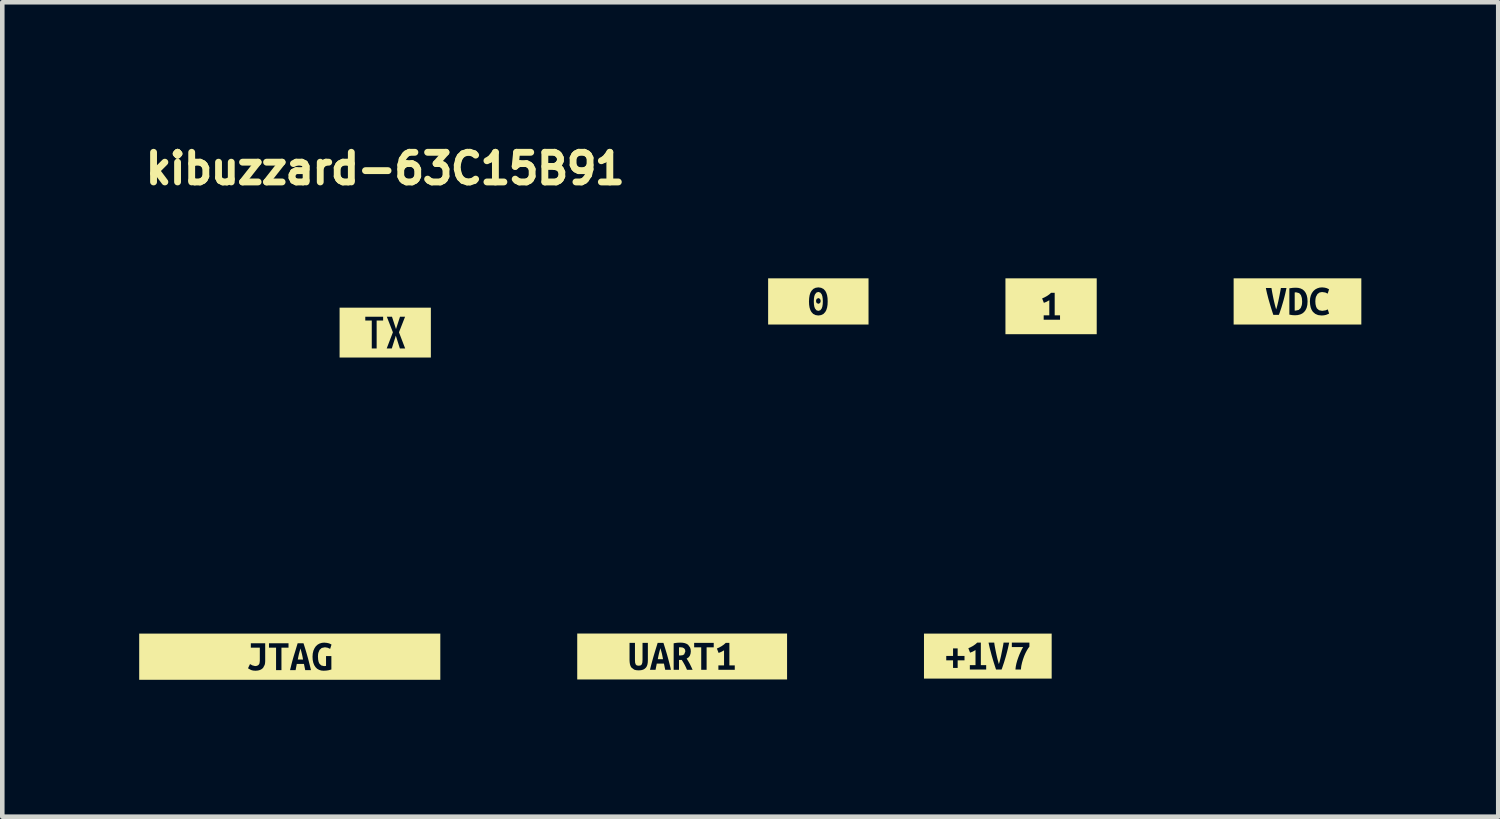
<source format=kicad_pcb>
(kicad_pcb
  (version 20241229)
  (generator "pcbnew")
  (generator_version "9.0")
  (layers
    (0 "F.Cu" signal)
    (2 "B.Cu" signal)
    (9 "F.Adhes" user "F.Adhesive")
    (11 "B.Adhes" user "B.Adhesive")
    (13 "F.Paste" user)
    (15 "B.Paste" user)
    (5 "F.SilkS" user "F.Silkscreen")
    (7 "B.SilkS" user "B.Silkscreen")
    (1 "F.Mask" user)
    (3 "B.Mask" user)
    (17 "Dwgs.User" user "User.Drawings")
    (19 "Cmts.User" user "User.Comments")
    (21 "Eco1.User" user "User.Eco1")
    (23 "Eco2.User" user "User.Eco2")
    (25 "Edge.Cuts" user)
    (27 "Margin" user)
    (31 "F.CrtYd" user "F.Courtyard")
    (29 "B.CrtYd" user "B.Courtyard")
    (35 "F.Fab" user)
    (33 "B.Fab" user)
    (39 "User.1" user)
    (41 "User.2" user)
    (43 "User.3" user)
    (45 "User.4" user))
  (footprint "kibuzzard-65969B7C"
    (layer "F.Cu")
    (at 11.897 11.335)
    (property "Reference" "kibuzzard-65969B7C" (at 0 -3.551 0) (layer "F.SilkS") (effects (font (size 0.001 0.001) (thickness 0.15))))
    (attr board_only exclude_from_pos_files exclude_from_bom)
    (fp_poly (pts (xy -0.476 -0.183) (xy -0.494 -0.12) (xy -0.509 -0.061) (xy -0.522 -0.002) (xy -0.534 0.059) (xy -0.419 0.059) (xy -0.431 -0.002) (xy -0.443 -0.061) (xy -0.459 -0.12) (xy -0.476 -0.183)) (stroke (width 0) (type solid)) (fill yes) (layer "F.SilkS"))
    (fp_poly (pts (xy 0.07 -0.112) (xy 0.063 -0.152) (xy 0.042 -0.18) (xy 0.009 -0.197) (xy -0.033 -0.202) (xy -0.05 -0.202) (xy -0.069 -0.2) (xy -0.069 -0.022) (xy -0.043 -0.022) (xy 0.009 -0.028) (xy 0.044 -0.046) (xy 0.07 -0.112)) (stroke (width 0) (type solid)) (fill yes) (layer "F.SilkS"))
    (fp_poly (pts (xy -2.101 -0.503) (xy -2.299 -0.503) (xy -2.299 0.503) (xy -2.101 0.503) (xy -0.953 0.503) (xy -0.953 0.304) (xy -1.006 0.3) (xy -1.049 0.289) (xy -1.111 0.243) (xy -1.13 0.211) (xy -1.143 0.172) (xy -1.15 0.128) (xy -1.153 0.079) (xy -1.153 -0.298) (xy -1.034 -0.298) (xy -1.034 0.071) (xy -1.031 0.133) (xy -1.018 0.174) (xy -0.993 0.196) (xy -0.952 0.202) (xy -0.911 0.196) (xy -0.885 0.173) (xy -0.872 0.132) (xy -0.868 0.07) (xy -0.868 -0.298) (xy -0.751 -0.298) (xy -0.751 0.079) (xy -0.753 0.128) (xy -0.76 0.172) (xy -0.773 0.211) (xy -0.793 0.243) (xy -0.821 0.269) (xy -0.856 0.289) (xy -0.9 0.3) (xy -0.953 0.304) (xy -0.953 0.503) (xy -0.371 0.503) (xy -0.371 0.292) (xy -0.399 0.156) (xy -0.556 0.156) (xy -0.583 0.292) (xy -0.705 0.292) (xy -0.688 0.223) (xy -0.671 0.157) (xy -0.654 0.094) (xy -0.637 0.033) (xy -0.62 -0.026) (xy -0.599 -0.096) (xy -0.578 -0.165) (xy -0.557 -0.232) (xy -0.537 -0.298) (xy -0.41 -0.298) (xy -0.389 -0.232) (xy -0.368 -0.164) (xy -0.347 -0.095) (xy -0.326 -0.023) (xy -0.31 0.036) (xy -0.293 0.097) (xy -0.277 0.16) (xy -0.261 0.225) (xy -0.246 0.292) (xy -0.371 0.292) (xy -0.371 0.503) (xy 0.229 0.503) (xy 0.229 0.292) (xy 0.106 0.292) (xy 0.082 0.236) (xy 0.055 0.182) (xy 0.025 0.129) (xy -0.008 0.075) (xy -0.069 0.075) (xy -0.069 0.292) (xy -0.186 0.292) (xy -0.186 -0.289) (xy -0.148 -0.296) (xy -0.107 -0.301) (xy -0.067 -0.303) (xy -0.033 -0.304) (xy 0.015 -0.301) (xy 0.058 -0.293) (xy 0.096 -0.278) (xy 0.129 -0.258) (xy 0.174 -0.197) (xy 0.186 -0.157) (xy 0.19 -0.111) (xy 0.184 -0.062) (xy 0.169 -0.018) (xy 0.141 0.019) (xy 0.099 0.046) (xy 0.133 0.101) (xy 0.169 0.164) (xy 0.201 0.23) (xy 0.229 0.292) (xy 0.229 0.503) (xy 0.536 0.503) (xy 0.536 0.292) (xy 0.418 0.292) (xy 0.418 -0.201) (xy 0.263 -0.201) (xy 0.263 -0.298) (xy 0.692 -0.298) (xy 0.692 -0.201) (xy 0.536 -0.201) (xy 0.536 0.292) (xy 0.536 0.503) (xy 1.153 0.503) (xy 1.153 0.292) (xy 0.794 0.292) (xy 0.794 0.195) (xy 0.918 0.195) (xy 0.918 -0.135) (xy 0.857 -0.101) (xy 0.799 -0.078) (xy 0.761 -0.175) (xy 0.811 -0.197) (xy 0.864 -0.226) (xy 0.914 -0.261) (xy 0.955 -0.298) (xy 1.035 -0.298) (xy 1.035 0.195) (xy 1.153 0.195) (xy 1.153 0.292) (xy 1.153 0.503) (xy 2.101 0.503) (xy 2.299 0.503) (xy 2.299 -0.503) (xy 2.101 -0.503) (xy -2.101 -0.503)) (stroke (width 0) (type solid)) (fill yes) (layer "F.SilkS")))
  (footprint "kibuzzard-659801FD"
    (layer "F.Cu")
    (at 18.595 11.326)
    (property "Reference" "kibuzzard-659801FD" (at 0 -3.541 0) (layer "F.SilkS") (effects (font (size 0.001 0.001) (thickness 0.15))))
    (attr board_only exclude_from_pos_files exclude_from_bom)
    (fp_poly (pts (xy -1.201 -0.493) (xy -1.399 -0.493) (xy -1.399 0.493) (xy -1.201 0.493) (xy -0.661 0.493) (xy -0.661 0.259) (xy -0.762 0.259) (xy -0.762 0.093) (xy -0.911 0.093) (xy -0.911 -0.003) (xy -0.762 -0.003) (xy -0.762 -0.169) (xy -0.661 -0.169) (xy -0.661 -0.003) (xy -0.511 -0.003) (xy -0.511 0.093) (xy -0.661 0.093) (xy -0.661 0.259) (xy -0.661 0.493) (xy -0.036 0.493) (xy -0.036 0.295) (xy -0.394 0.295) (xy -0.394 0.198) (xy -0.27 0.198) (xy -0.27 -0.132) (xy -0.331 -0.098) (xy -0.389 -0.075) (xy -0.427 -0.172) (xy -0.378 -0.194) (xy -0.324 -0.223) (xy -0.274 -0.258) (xy -0.233 -0.295) (xy -0.153 -0.295) (xy -0.153 0.198) (xy -0.036 0.198) (xy -0.036 0.295) (xy -0.036 0.493) (xy 0.18 0.493) (xy 0.18 0.295) (xy 0.157 0.225) (xy 0.132 0.146) (xy 0.115 0.091) (xy 0.099 0.036) (xy 0.083 -0.019) (xy 0.069 -0.073) (xy 0.055 -0.125) (xy 0.042 -0.175) (xy 0.027 -0.241) (xy 0.016 -0.295) (xy 0.14 -0.295) (xy 0.147 -0.245) (xy 0.157 -0.189) (xy 0.169 -0.127) (xy 0.182 -0.064) (xy 0.196 0) (xy 0.211 0.063) (xy 0.227 0.122) (xy 0.242 0.175) (xy 0.258 0.123) (xy 0.273 0.064) (xy 0.288 0.001) (xy 0.301 -0.063) (xy 0.314 -0.126) (xy 0.326 -0.188) (xy 0.337 -0.245) (xy 0.345 -0.295) (xy 0.468 -0.295) (xy 0.455 -0.234) (xy 0.44 -0.167) (xy 0.422 -0.095) (xy 0.402 -0.019) (xy 0.387 0.033) (xy 0.371 0.086) (xy 0.355 0.139) (xy 0.337 0.192) (xy 0.32 0.244) (xy 0.301 0.295) (xy 0.18 0.295) (xy 0.18 0.493) (xy 0.605 0.493) (xy 0.605 0.295) (xy 0.612 0.232) (xy 0.625 0.166) (xy 0.644 0.098) (xy 0.667 0.031) (xy 0.692 -0.034) (xy 0.72 -0.095) (xy 0.747 -0.151) (xy 0.774 -0.198) (xy 0.526 -0.198) (xy 0.526 -0.295) (xy 0.911 -0.295) (xy 0.911 -0.206) (xy 0.884 -0.171) (xy 0.855 -0.123) (xy 0.825 -0.066) (xy 0.797 -0.002) (xy 0.772 0.068) (xy 0.75 0.142) (xy 0.733 0.218) (xy 0.724 0.295) (xy 0.605 0.295) (xy 0.605 0.493) (xy 1.201 0.493) (xy 1.399 0.493) (xy 1.399 -0.493) (xy 1.201 -0.493) (xy -1.201 -0.493)) (stroke (width 0) (type solid)) (fill yes) (layer "F.SilkS")))
  (footprint "kibuzzard-6596C167"
    (layer "F.Cu")
    (at 3.299 11.339)
    (property "Reference" "kibuzzard-6596C167" (at 0 -3.554 0) (layer "F.SilkS") (effects (font (size 0.001 0.001) (thickness 0.15))))
    (attr board_only exclude_from_pos_files exclude_from_bom)
    (fp_poly (pts (xy 0.234 -0.18) (xy 0.217 -0.117) (xy 0.201 -0.058) (xy 0.188 0.001) (xy 0.176 0.062) (xy 0.291 0.062) (xy 0.28 0.001) (xy 0.267 -0.058) (xy 0.252 -0.117) (xy 0.234 -0.18)) (stroke (width 0) (type solid)) (fill yes) (layer "F.SilkS"))
    (fp_poly (pts (xy -3.1 -0.506) (xy -3.299 -0.506) (xy -3.299 0.506) (xy -3.1 0.506) (xy -0.748 0.506) (xy -0.748 0.308) (xy -0.803 0.304) (xy -0.848 0.292) (xy -0.915 0.255) (xy -0.871 0.162) (xy -0.818 0.191) (xy -0.758 0.206) (xy -0.717 0.2) (xy -0.684 0.181) (xy -0.663 0.147) (xy -0.656 0.091) (xy -0.656 -0.197) (xy -0.853 -0.197) (xy -0.853 -0.294) (xy -0.538 -0.294) (xy -0.538 0.098) (xy -0.541 0.14) (xy -0.549 0.179) (xy -0.585 0.246) (xy -0.614 0.271) (xy -0.651 0.291) (xy -0.695 0.303) (xy -0.748 0.308) (xy -0.748 0.506) (xy -0.182 0.506) (xy -0.182 0.295) (xy -0.3 0.295) (xy -0.3 -0.197) (xy -0.455 -0.197) (xy -0.455 -0.294) (xy -0.027 -0.294) (xy -0.027 -0.197) (xy -0.182 -0.197) (xy -0.182 0.295) (xy -0.182 0.506) (xy 0.339 0.506) (xy 0.339 0.295) (xy 0.311 0.159) (xy 0.154 0.159) (xy 0.128 0.295) (xy 0.006 0.295) (xy 0.023 0.227) (xy 0.039 0.161) (xy 0.056 0.097) (xy 0.073 0.036) (xy 0.09 -0.022) (xy 0.112 -0.093) (xy 0.133 -0.162) (xy 0.153 -0.229) (xy 0.173 -0.294) (xy 0.301 -0.294) (xy 0.322 -0.229) (xy 0.343 -0.161) (xy 0.364 -0.091) (xy 0.384 -0.02) (xy 0.401 0.04) (xy 0.417 0.101) (xy 0.433 0.164) (xy 0.449 0.228) (xy 0.465 0.295) (xy 0.339 0.295) (xy 0.339 0.506) (xy 0.74 0.506) (xy 0.74 0.308) (xy 0.688 0.303) (xy 0.641 0.288) (xy 0.599 0.264) (xy 0.565 0.23) (xy 0.537 0.187) (xy 0.516 0.134) (xy 0.503 0.072) (xy 0.499 0) (xy 0.504 -0.071) (xy 0.519 -0.133) (xy 0.543 -0.186) (xy 0.573 -0.23) (xy 0.611 -0.264) (xy 0.654 -0.288) (xy 0.703 -0.303) (xy 0.754 -0.308) (xy 0.816 -0.302) (xy 0.863 -0.291) (xy 0.896 -0.276) (xy 0.915 -0.265) (xy 0.885 -0.171) (xy 0.833 -0.195) (xy 0.771 -0.206) (xy 0.7 -0.191) (xy 0.653 -0.148) (xy 0.626 -0.083) (xy 0.62 -0.044) (xy 0.618 0) (xy 0.622 0.064) (xy 0.633 0.116) (xy 0.652 0.156) (xy 0.693 0.193) (xy 0.75 0.206) (xy 0.772 0.205) (xy 0.795 0.202) (xy 0.795 -0.013) (xy 0.912 -0.013) (xy 0.912 0.281) (xy 0.847 0.298) (xy 0.798 0.305) (xy 0.74 0.308) (xy 0.74 0.506) (xy 3.1 0.506) (xy 3.299 0.506) (xy 3.299 -0.506) (xy 3.1 -0.506) (xy -3.1 -0.506)) (stroke (width 0) (type solid)) (fill yes) (layer "F.SilkS")))
  (footprint "kibuzzard-65A8FFD2"
    (layer "F.Cu")
    (at 14.881 3.555)
    (property "Reference" "kibuzzard-65A8FFD2" (at 0 -3.554 0) (layer "F.SilkS") (effects (font (size 0.001 0.001) (thickness 0.15))))
    (attr board_only exclude_from_pos_files exclude_from_bom)
    (fp_poly (pts (xy 0.099 -0.001) (xy 0.096 -0.063) (xy 0.088 -0.114) (xy 0.074 -0.155) (xy 0.043 -0.194) (xy 0 -0.208) (xy -0.042 -0.194) (xy -0.073 -0.155) (xy -0.088 -0.114) (xy -0.096 -0.063) (xy -0.099 -0.001) (xy -0.096 0.062) (xy -0.088 0.113) (xy -0.073 0.154) (xy -0.042 0.193) (xy 0 0.207) (xy 0.001 0.206) (xy 0.001 0.052) (xy -0.038 0.034) (xy -0.052 -0.01) (xy -0.038 -0.055) (xy 0.001 -0.074) (xy 0.039 -0.055) (xy 0.053 -0.01) (xy 0.039 0.034) (xy 0.001 0.052) (xy 0.001 0.206) (xy 0.043 0.193) (xy 0.074 0.154) (xy 0.088 0.113) (xy 0.096 0.062) (xy 0.099 -0.001)) (stroke (width 0) (type solid)) (fill yes) (layer "F.SilkS"))
    (fp_poly (pts (xy -0.703 -0.506) (xy -1.1 -0.506) (xy -1.1 0.506) (xy -0.703 0.506) (xy 0 0.506) (xy 0 0.308) (xy -0.061 0.299) (xy -0.112 0.274) (xy -0.152 0.231) (xy -0.175 0.188) (xy -0.192 0.135) (xy -0.202 0.072) (xy -0.205 -0.001) (xy -0.201 -0.073) (xy -0.191 -0.136) (xy -0.175 -0.188) (xy -0.151 -0.231) (xy -0.111 -0.274) (xy -0.06 -0.299) (xy 0 -0.308) (xy 0.061 -0.299) (xy 0.112 -0.274) (xy 0.152 -0.232) (xy 0.175 -0.189) (xy 0.192 -0.136) (xy 0.202 -0.074) (xy 0.205 -0.001) (xy 0.202 0.072) (xy 0.192 0.135) (xy 0.175 0.188) (xy 0.152 0.231) (xy 0.112 0.274) (xy 0.061 0.299) (xy 0 0.308) (xy 0 0.506) (xy 0.703 0.506) (xy 1.1 0.506) (xy 1.1 -0.506) (xy 0.703 -0.506) (xy -0.703 -0.506)) (stroke (width 0) (type solid)) (fill yes) (layer "F.SilkS")))
  (footprint "kibuzzard-659C009C"
    (layer "F.Cu")
    (at 19.981 3.661)
    (property "Reference" "kibuzzard-659C009C" (at 0 -3.66 0) (layer "F.SilkS") (effects (font (size 0.001 0.001) (thickness 0.15))))
    (attr board_only exclude_from_pos_files exclude_from_bom)
    (fp_poly (pts (xy -0.801 -0.612) (xy -1 -0.612) (xy -1 0.612) (xy -0.801 0.612) (xy 0.196 0.612) (xy 0.196 0.295) (xy -0.162 0.295) (xy -0.162 0.198) (xy -0.039 0.198) (xy -0.039 -0.132) (xy -0.1 -0.098) (xy -0.158 -0.075) (xy -0.196 -0.172) (xy -0.146 -0.194) (xy -0.093 -0.223) (xy -0.042 -0.258) (xy -0.001 -0.295) (xy 0.079 -0.295) (xy 0.079 0.198) (xy 0.196 0.198) (xy 0.196 0.295) (xy 0.196 0.612) (xy 0.801 0.612) (xy 1 0.612) (xy 1 -0.612) (xy 0.801 -0.612) (xy -0.801 -0.612)) (stroke (width 0) (type solid)) (fill yes) (layer "F.SilkS")))
  (footprint "kibuzzard-659E9C75"
    (layer "F.Cu")
    (at 25.38 3.555)
    (property "Reference" "kibuzzard-659E9C75" (at 0 -3.554 0) (layer "F.SilkS") (effects (font (size 0.001 0.001) (thickness 0.15))))
    (attr board_only exclude_from_pos_files exclude_from_bom)
    (fp_poly (pts (xy -0.061 0.2) (xy -0.05 0.201) (xy -0.04 0.201) (xy 0.027 0.186) (xy 0.071 0.144) (xy 0.095 0.08) (xy 0.1 0.042) (xy 0.102 0) (xy 0.096 -0.074) (xy 0.076 -0.138) (xy 0.037 -0.182) (xy -0.027 -0.199) (xy -0.044 -0.199) (xy -0.061 -0.196) (xy -0.061 0.2)) (stroke (width 0) (type solid)) (fill yes) (layer "F.SilkS"))
    (fp_poly (pts (xy -1.201 -0.506) (xy -1.399 -0.506) (xy -1.399 0.506) (xy -1.201 0.506) (xy -0.529 0.506) (xy -0.529 0.295) (xy -0.552 0.225) (xy -0.577 0.147) (xy -0.594 0.091) (xy -0.61 0.036) (xy -0.626 -0.019) (xy -0.641 -0.072) (xy -0.654 -0.124) (xy -0.667 -0.174) (xy -0.682 -0.241) (xy -0.693 -0.294) (xy -0.57 -0.294) (xy -0.562 -0.245) (xy -0.552 -0.188) (xy -0.54 -0.127) (xy -0.527 -0.063) (xy -0.513 0.000476) (xy -0.498 0.063) (xy -0.482 0.123) (xy -0.467 0.175) (xy -0.451 0.123) (xy -0.436 0.064) (xy -0.421 0.001) (xy -0.408 -0.062) (xy -0.395 -0.126) (xy -0.383 -0.188) (xy -0.372 -0.245) (xy -0.364 -0.294) (xy -0.241 -0.294) (xy -0.254 -0.234) (xy -0.269 -0.167) (xy -0.287 -0.094) (xy -0.307 -0.019) (xy -0.322 0.033) (xy -0.338 0.086) (xy -0.354 0.14) (xy -0.372 0.193) (xy -0.389 0.245) (xy -0.408 0.295) (xy -0.529 0.295) (xy -0.529 0.506) (xy -0.052 0.506) (xy -0.052 0.303) (xy -0.114 0.3) (xy -0.178 0.289) (xy -0.178 -0.287) (xy -0.103 -0.298) (xy -0.037 -0.301) (xy 0.018 -0.297) (xy 0.069 -0.284) (xy 0.113 -0.262) (xy 0.15 -0.23) (xy 0.18 -0.188) (xy 0.202 -0.137) (xy 0.216 -0.074) (xy 0.221 0) (xy 0.216 0.076) (xy 0.201 0.14) (xy 0.176 0.192) (xy 0.144 0.233) (xy 0.104 0.265) (xy 0.058 0.286) (xy 0.005 0.299) (xy -0.052 0.303) (xy -0.052 0.506) (xy 0.529 0.506) (xy 0.529 0.308) (xy 0.452 0.299) (xy 0.389 0.272) (xy 0.338 0.228) (xy 0.309 0.183) (xy 0.289 0.131) (xy 0.277 0.07) (xy 0.272 0) (xy 0.277 -0.069) (xy 0.292 -0.13) (xy 0.316 -0.183) (xy 0.348 -0.227) (xy 0.387 -0.262) (xy 0.433 -0.287) (xy 0.484 -0.303) (xy 0.54 -0.308) (xy 0.597 -0.302) (xy 0.641 -0.291) (xy 0.673 -0.276) (xy 0.692 -0.265) (xy 0.662 -0.171) (xy 0.609 -0.196) (xy 0.538 -0.206) (xy 0.484 -0.196) (xy 0.438 -0.162) (xy 0.404 -0.1) (xy 0.395 -0.056) (xy 0.391 -0.003) (xy 0.395 0.059) (xy 0.407 0.111) (xy 0.426 0.152) (xy 0.472 0.192) (xy 0.54 0.206) (xy 0.616 0.195) (xy 0.664 0.174) (xy 0.693 0.267) (xy 0.626 0.295) (xy 0.581 0.304) (xy 0.529 0.308) (xy 0.529 0.506) (xy 1.201 0.506) (xy 1.399 0.506) (xy 1.399 -0.506) (xy 1.201 -0.506) (xy -1.201 -0.506)) (stroke (width 0) (type solid)) (fill yes) (layer "F.SilkS")))
  (footprint "kibuzzard-63C15B91"
    (layer "F.Cu")
    (at 5.391 4.238)
    (property "Reference" "kibuzzard-63C15B91" (at 0 -3.594 0) (layer "F.SilkS") (effects (font (size 0.65 0.65) (thickness 0.15))))
    (attr board_only exclude_from_pos_files exclude_from_bom)
    (fp_poly (pts (xy -0.801 -0.546) (xy -1 -0.546) (xy -1 0.546) (xy -0.801 0.546) (xy -0.188 0.546) (xy -0.188 0.348) (xy -0.295 0.348) (xy -0.295 -0.265) (xy -0.437 -0.265) (xy -0.437 -0.348) (xy -0.046 -0.348) (xy -0.046 -0.265) (xy -0.188 -0.265) (xy -0.188 0.348) (xy -0.188 0.546) (xy 0.437 0.546) (xy 0.437 0.348) (xy 0.321 0.348) (xy 0.233 0.07) (xy 0.231 0.07) (xy 0.144 0.348) (xy 0.032 0.348) (xy 0.168 -0.007) (xy 0.035 -0.348) (xy 0.148 -0.348) (xy 0.235 -0.081) (xy 0.237 -0.081) (xy 0.324 -0.348) (xy 0.435 -0.348) (xy 0.301 -0.007) (xy 0.437 0.348) (xy 0.437 0.546) (xy 0.801 0.546) (xy 1 0.546) (xy 1 -0.546) (xy 0.801 -0.546) (xy -0.801 -0.546)) (stroke (width 0) (type solid)) (fill yes) (layer "F.SilkS")))
  (gr_rect
    (start -3 -3)
    (end 29.779 14.845)
    (stroke (width 0.1) (type default))
    (fill no)
    (layer "Edge.Cuts")))
</source>
